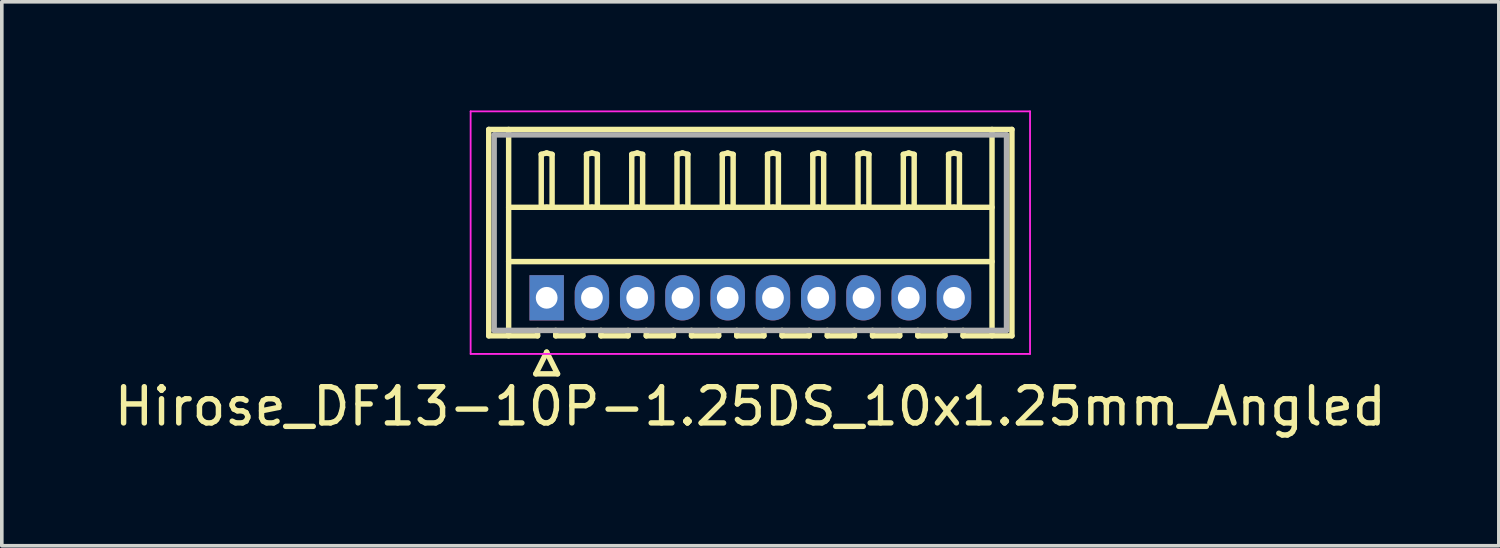
<source format=kicad_pcb>
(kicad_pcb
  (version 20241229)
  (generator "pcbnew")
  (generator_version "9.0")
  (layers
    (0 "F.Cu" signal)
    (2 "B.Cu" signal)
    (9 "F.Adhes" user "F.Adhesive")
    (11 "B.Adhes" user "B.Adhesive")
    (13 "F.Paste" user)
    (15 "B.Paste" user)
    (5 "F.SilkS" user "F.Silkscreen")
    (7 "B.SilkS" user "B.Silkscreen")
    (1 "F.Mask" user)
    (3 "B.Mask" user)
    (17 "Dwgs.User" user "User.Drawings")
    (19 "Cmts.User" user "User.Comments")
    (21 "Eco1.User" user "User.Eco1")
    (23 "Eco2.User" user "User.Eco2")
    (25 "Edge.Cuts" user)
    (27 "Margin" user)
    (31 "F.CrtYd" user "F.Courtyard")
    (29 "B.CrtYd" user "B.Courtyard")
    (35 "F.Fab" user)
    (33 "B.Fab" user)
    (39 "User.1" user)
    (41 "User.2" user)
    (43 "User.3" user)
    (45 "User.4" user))
  (footprint "Hirose_DF13-10P-1.25DS_10x1.25mm_Angled"
    (layer "F.Cu")
    (at 12.048 5.175)
    (property "Reference" "Hirose_DF13-10P-1.25DS_10x1.25mm_Angled" (at 5.625 3 0) (layer "F.SilkS") (effects (font (size 1 1) (thickness 0.15))))
    (attr through_hole)
    (fp_line (start -1.6 -4.65) (end 12.85 -4.65) (stroke (width 0.15) (type solid)) (layer "F.SilkS"))
    (fp_line (start -1.6 1.05) (end -1.6 -4.65) (stroke (width 0.15) (type solid)) (layer "F.SilkS"))
    (fp_line (start -1.05 -4.65) (end -1.05 1.05) (stroke (width 0.15) (type solid)) (layer "F.SilkS"))
    (fp_line (start -1.05 -2.5) (end 12.3 -2.5) (stroke (width 0.15) (type solid)) (layer "F.SilkS"))
    (fp_line (start -1.05 -1) (end 12.3 -1) (stroke (width 0.15) (type solid)) (layer "F.SilkS"))
    (fp_line (start -0.3 2.1) (end 0.3 2.1) (stroke (width 0.15) (type solid)) (layer "F.SilkS"))
    (fp_line (start -0.25 0.9) (end -0.25 1.05) (stroke (width 0.15) (type solid)) (layer "F.SilkS"))
    (fp_line (start -0.25 1.05) (end -1.6 1.05) (stroke (width 0.15) (type solid)) (layer "F.SilkS"))
    (fp_line (start -0.15 -3.962) (end 0 -4) (stroke (width 0.15) (type solid)) (layer "F.SilkS"))
    (fp_line (start -0.15 -2.5) (end -0.15 -3.962) (stroke (width 0.15) (type solid)) (layer "F.SilkS"))
    (fp_line (start 0 -4) (end 0.15 -3.962) (stroke (width 0.15) (type solid)) (layer "F.SilkS"))
    (fp_line (start 0 -2.5) (end -0.15 -2.5) (stroke (width 0.15) (type solid)) (layer "F.SilkS"))
    (fp_line (start 0 1.5) (end -0.3 2.1) (stroke (width 0.15) (type solid)) (layer "F.SilkS"))
    (fp_line (start 0.15 -3.962) (end 0.15 -2.5) (stroke (width 0.15) (type solid)) (layer "F.SilkS"))
    (fp_line (start 0.15 -2.5) (end 0 -2.5) (stroke (width 0.15) (type solid)) (layer "F.SilkS"))
    (fp_line (start 0.25 0.9) (end 0.25 1.05) (stroke (width 0.15) (type solid)) (layer "F.SilkS"))
    (fp_line (start 0.25 1.05) (end 1 1.05) (stroke (width 0.15) (type solid)) (layer "F.SilkS"))
    (fp_line (start 0.3 2.1) (end 0 1.5) (stroke (width 0.15) (type solid)) (layer "F.SilkS"))
    (fp_line (start 1 1.05) (end 1 0.9) (stroke (width 0.15) (type solid)) (layer "F.SilkS"))
    (fp_line (start 1.1 -3.962) (end 1.25 -4) (stroke (width 0.15) (type solid)) (layer "F.SilkS"))
    (fp_line (start 1.1 -2.5) (end 1.1 -3.962) (stroke (width 0.15) (type solid)) (layer "F.SilkS"))
    (fp_line (start 1.25 -4) (end 1.4 -3.962) (stroke (width 0.15) (type solid)) (layer "F.SilkS"))
    (fp_line (start 1.25 -2.5) (end 1.1 -2.5) (stroke (width 0.15) (type solid)) (layer "F.SilkS"))
    (fp_line (start 1.4 -3.962) (end 1.4 -2.5) (stroke (width 0.15) (type solid)) (layer "F.SilkS"))
    (fp_line (start 1.4 -2.5) (end 1.25 -2.5) (stroke (width 0.15) (type solid)) (layer "F.SilkS"))
    (fp_line (start 1.5 0.9) (end 1.5 1.05) (stroke (width 0.15) (type solid)) (layer "F.SilkS"))
    (fp_line (start 1.5 1.05) (end 2.25 1.05) (stroke (width 0.15) (type solid)) (layer "F.SilkS"))
    (fp_line (start 2.25 1.05) (end 2.25 0.9) (stroke (width 0.15) (type solid)) (layer "F.SilkS"))
    (fp_line (start 2.35 -3.962) (end 2.5 -4) (stroke (width 0.15) (type solid)) (layer "F.SilkS"))
    (fp_line (start 2.35 -2.5) (end 2.35 -3.962) (stroke (width 0.15) (type solid)) (layer "F.SilkS"))
    (fp_line (start 2.5 -4) (end 2.65 -3.962) (stroke (width 0.15) (type solid)) (layer "F.SilkS"))
    (fp_line (start 2.5 -2.5) (end 2.35 -2.5) (stroke (width 0.15) (type solid)) (layer "F.SilkS"))
    (fp_line (start 2.65 -3.962) (end 2.65 -2.5) (stroke (width 0.15) (type solid)) (layer "F.SilkS"))
    (fp_line (start 2.65 -2.5) (end 2.5 -2.5) (stroke (width 0.15) (type solid)) (layer "F.SilkS"))
    (fp_line (start 2.75 0.9) (end 2.75 1.05) (stroke (width 0.15) (type solid)) (layer "F.SilkS"))
    (fp_line (start 2.75 1.05) (end 3.5 1.05) (stroke (width 0.15) (type solid)) (layer "F.SilkS"))
    (fp_line (start 3.5 1.05) (end 3.5 0.9) (stroke (width 0.15) (type solid)) (layer "F.SilkS"))
    (fp_line (start 3.6 -3.962) (end 3.75 -4) (stroke (width 0.15) (type solid)) (layer "F.SilkS"))
    (fp_line (start 3.6 -2.5) (end 3.6 -3.962) (stroke (width 0.15) (type solid)) (layer "F.SilkS"))
    (fp_line (start 3.75 -4) (end 3.9 -3.962) (stroke (width 0.15) (type solid)) (layer "F.SilkS"))
    (fp_line (start 3.75 -2.5) (end 3.6 -2.5) (stroke (width 0.15) (type solid)) (layer "F.SilkS"))
    (fp_line (start 3.9 -3.962) (end 3.9 -2.5) (stroke (width 0.15) (type solid)) (layer "F.SilkS"))
    (fp_line (start 3.9 -2.5) (end 3.75 -2.5) (stroke (width 0.15) (type solid)) (layer "F.SilkS"))
    (fp_line (start 4 0.9) (end 4 1.05) (stroke (width 0.15) (type solid)) (layer "F.SilkS"))
    (fp_line (start 4 1.05) (end 4.75 1.05) (stroke (width 0.15) (type solid)) (layer "F.SilkS"))
    (fp_line (start 4.75 1.05) (end 4.75 0.9) (stroke (width 0.15) (type solid)) (layer "F.SilkS"))
    (fp_line (start 4.85 -3.962) (end 5 -4) (stroke (width 0.15) (type solid)) (layer "F.SilkS"))
    (fp_line (start 4.85 -2.5) (end 4.85 -3.962) (stroke (width 0.15) (type solid)) (layer "F.SilkS"))
    (fp_line (start 5 -4) (end 5.15 -3.962) (stroke (width 0.15) (type solid)) (layer "F.SilkS"))
    (fp_line (start 5 -2.5) (end 4.85 -2.5) (stroke (width 0.15) (type solid)) (layer "F.SilkS"))
    (fp_line (start 5.15 -3.962) (end 5.15 -2.5) (stroke (width 0.15) (type solid)) (layer "F.SilkS"))
    (fp_line (start 5.15 -2.5) (end 5 -2.5) (stroke (width 0.15) (type solid)) (layer "F.SilkS"))
    (fp_line (start 5.25 0.9) (end 5.25 1.05) (stroke (width 0.15) (type solid)) (layer "F.SilkS"))
    (fp_line (start 5.25 1.05) (end 6 1.05) (stroke (width 0.15) (type solid)) (layer "F.SilkS"))
    (fp_line (start 6 1.05) (end 6 0.9) (stroke (width 0.15) (type solid)) (layer "F.SilkS"))
    (fp_line (start 6.1 -3.962) (end 6.25 -4) (stroke (width 0.15) (type solid)) (layer "F.SilkS"))
    (fp_line (start 6.1 -2.5) (end 6.1 -3.962) (stroke (width 0.15) (type solid)) (layer "F.SilkS"))
    (fp_line (start 6.25 -4) (end 6.4 -3.962) (stroke (width 0.15) (type solid)) (layer "F.SilkS"))
    (fp_line (start 6.25 -2.5) (end 6.1 -2.5) (stroke (width 0.15) (type solid)) (layer "F.SilkS"))
    (fp_line (start 6.4 -3.962) (end 6.4 -2.5) (stroke (width 0.15) (type solid)) (layer "F.SilkS"))
    (fp_line (start 6.4 -2.5) (end 6.25 -2.5) (stroke (width 0.15) (type solid)) (layer "F.SilkS"))
    (fp_line (start 6.5 0.9) (end 6.5 1.05) (stroke (width 0.15) (type solid)) (layer "F.SilkS"))
    (fp_line (start 6.5 1.05) (end 7.25 1.05) (stroke (width 0.15) (type solid)) (layer "F.SilkS"))
    (fp_line (start 7.25 1.05) (end 7.25 0.9) (stroke (width 0.15) (type solid)) (layer "F.SilkS"))
    (fp_line (start 7.35 -3.962) (end 7.5 -4) (stroke (width 0.15) (type solid)) (layer "F.SilkS"))
    (fp_line (start 7.35 -2.5) (end 7.35 -3.962) (stroke (width 0.15) (type solid)) (layer "F.SilkS"))
    (fp_line (start 7.5 -4) (end 7.65 -3.962) (stroke (width 0.15) (type solid)) (layer "F.SilkS"))
    (fp_line (start 7.5 -2.5) (end 7.35 -2.5) (stroke (width 0.15) (type solid)) (layer "F.SilkS"))
    (fp_line (start 7.65 -3.962) (end 7.65 -2.5) (stroke (width 0.15) (type solid)) (layer "F.SilkS"))
    (fp_line (start 7.65 -2.5) (end 7.5 -2.5) (stroke (width 0.15) (type solid)) (layer "F.SilkS"))
    (fp_line (start 7.75 0.9) (end 7.75 1.05) (stroke (width 0.15) (type solid)) (layer "F.SilkS"))
    (fp_line (start 7.75 1.05) (end 8.5 1.05) (stroke (width 0.15) (type solid)) (layer "F.SilkS"))
    (fp_line (start 8.5 1.05) (end 8.5 0.9) (stroke (width 0.15) (type solid)) (layer "F.SilkS"))
    (fp_line (start 8.6 -3.962) (end 8.75 -4) (stroke (width 0.15) (type solid)) (layer "F.SilkS"))
    (fp_line (start 8.6 -2.5) (end 8.6 -3.962) (stroke (width 0.15) (type solid)) (layer "F.SilkS"))
    (fp_line (start 8.75 -4) (end 8.9 -3.962) (stroke (width 0.15) (type solid)) (layer "F.SilkS"))
    (fp_line (start 8.75 -2.5) (end 8.6 -2.5) (stroke (width 0.15) (type solid)) (layer "F.SilkS"))
    (fp_line (start 8.9 -3.962) (end 8.9 -2.5) (stroke (width 0.15) (type solid)) (layer "F.SilkS"))
    (fp_line (start 8.9 -2.5) (end 8.75 -2.5) (stroke (width 0.15) (type solid)) (layer "F.SilkS"))
    (fp_line (start 9 0.9) (end 9 1.05) (stroke (width 0.15) (type solid)) (layer "F.SilkS"))
    (fp_line (start 9 1.05) (end 9.75 1.05) (stroke (width 0.15) (type solid)) (layer "F.SilkS"))
    (fp_line (start 9.75 1.05) (end 9.75 0.9) (stroke (width 0.15) (type solid)) (layer "F.SilkS"))
    (fp_line (start 9.85 -3.962) (end 10 -4) (stroke (width 0.15) (type solid)) (layer "F.SilkS"))
    (fp_line (start 9.85 -2.5) (end 9.85 -3.962) (stroke (width 0.15) (type solid)) (layer "F.SilkS"))
    (fp_line (start 10 -4) (end 10.15 -3.962) (stroke (width 0.15) (type solid)) (layer "F.SilkS"))
    (fp_line (start 10 -2.5) (end 9.85 -2.5) (stroke (width 0.15) (type solid)) (layer "F.SilkS"))
    (fp_line (start 10.15 -3.962) (end 10.15 -2.5) (stroke (width 0.15) (type solid)) (layer "F.SilkS"))
    (fp_line (start 10.15 -2.5) (end 10 -2.5) (stroke (width 0.15) (type solid)) (layer "F.SilkS"))
    (fp_line (start 10.25 0.9) (end 10.25 1.05) (stroke (width 0.15) (type solid)) (layer "F.SilkS"))
    (fp_line (start 10.25 1.05) (end 11 1.05) (stroke (width 0.15) (type solid)) (layer "F.SilkS"))
    (fp_line (start 11 1.05) (end 11 0.9) (stroke (width 0.15) (type solid)) (layer "F.SilkS"))
    (fp_line (start 11.1 -3.962) (end 11.25 -4) (stroke (width 0.15) (type solid)) (layer "F.SilkS"))
    (fp_line (start 11.1 -2.5) (end 11.1 -3.962) (stroke (width 0.15) (type solid)) (layer "F.SilkS"))
    (fp_line (start 11.25 -4) (end 11.4 -3.962) (stroke (width 0.15) (type solid)) (layer "F.SilkS"))
    (fp_line (start 11.25 -2.5) (end 11.1 -2.5) (stroke (width 0.15) (type solid)) (layer "F.SilkS"))
    (fp_line (start 11.4 -3.962) (end 11.4 -2.5) (stroke (width 0.15) (type solid)) (layer "F.SilkS"))
    (fp_line (start 11.4 -2.5) (end 11.25 -2.5) (stroke (width 0.15) (type solid)) (layer "F.SilkS"))
    (fp_line (start 11.5 1.05) (end 11.5 0.9) (stroke (width 0.15) (type solid)) (layer "F.SilkS"))
    (fp_line (start 12.3 -4.65) (end 12.3 1.05) (stroke (width 0.15) (type solid)) (layer "F.SilkS"))
    (fp_line (start 12.85 -4.65) (end 12.85 1.05) (stroke (width 0.15) (type solid)) (layer "F.SilkS"))
    (fp_line (start 12.85 1.05) (end 11.5 1.05) (stroke (width 0.15) (type solid)) (layer "F.SilkS"))
    (fp_line (start -2.1 -5.15) (end -2.1 1.55) (stroke (width 0.05) (type solid)) (layer "F.CrtYd"))
    (fp_line (start -2.1 1.55) (end 13.35 1.55) (stroke (width 0.05) (type solid)) (layer "F.CrtYd"))
    (fp_line (start 13.35 -5.15) (end -2.1 -5.15) (stroke (width 0.05) (type solid)) (layer "F.CrtYd"))
    (fp_line (start 13.35 1.55) (end 13.35 -5.15) (stroke (width 0.05) (type solid)) (layer "F.CrtYd"))
    (fp_line (start -1.45 -4.5) (end -1.45 0.9) (stroke (width 0.15) (type solid)) (layer "F.Fab"))
    (fp_line (start -1.45 0.9) (end 12.7 0.9) (stroke (width 0.15) (type solid)) (layer "F.Fab"))
    (fp_line (start 12.7 -4.5) (end -1.45 -4.5) (stroke (width 0.15) (type solid)) (layer "F.Fab"))
    (fp_line (start 12.7 0.9) (end 12.7 -4.5) (stroke (width 0.15) (type solid)) (layer "F.Fab"))
    (pad "1" thru_hole rect (at 0 0) (size 0.95 1.25) (drill 0.6) (layers "*.Cu" "*.Mask"))
    (pad "2" thru_hole oval (at 1.25 0) (size 0.95 1.25) (drill 0.6) (layers "*.Cu" "*.Mask"))
    (pad "3" thru_hole oval (at 2.5 0) (size 0.95 1.25) (drill 0.6) (layers "*.Cu" "*.Mask"))
    (pad "4" thru_hole oval (at 3.75 0) (size 0.95 1.25) (drill 0.6) (layers "*.Cu" "*.Mask"))
    (pad "5" thru_hole oval (at 5 0) (size 0.95 1.25) (drill 0.6) (layers "*.Cu" "*.Mask"))
    (pad "6" thru_hole oval (at 6.25 0) (size 0.95 1.25) (drill 0.6) (layers "*.Cu" "*.Mask"))
    (pad "7" thru_hole oval (at 7.5 0) (size 0.95 1.25) (drill 0.6) (layers "*.Cu" "*.Mask"))
    (pad "8" thru_hole oval (at 8.75 0) (size 0.95 1.25) (drill 0.6) (layers "*.Cu" "*.Mask"))
    (pad "9" thru_hole oval (at 10 0) (size 0.95 1.25) (drill 0.6) (layers "*.Cu" "*.Mask"))
    (pad "10" thru_hole oval (at 11.25 0) (size 0.95 1.25) (drill 0.6) (layers "*.Cu" "*.Mask")))
  (gr_rect
    (start -3 -3)
    (end 38.345 12.023)
    (stroke (width 0.1) (type default))
    (fill no)
    (layer "Edge.Cuts")))
</source>
